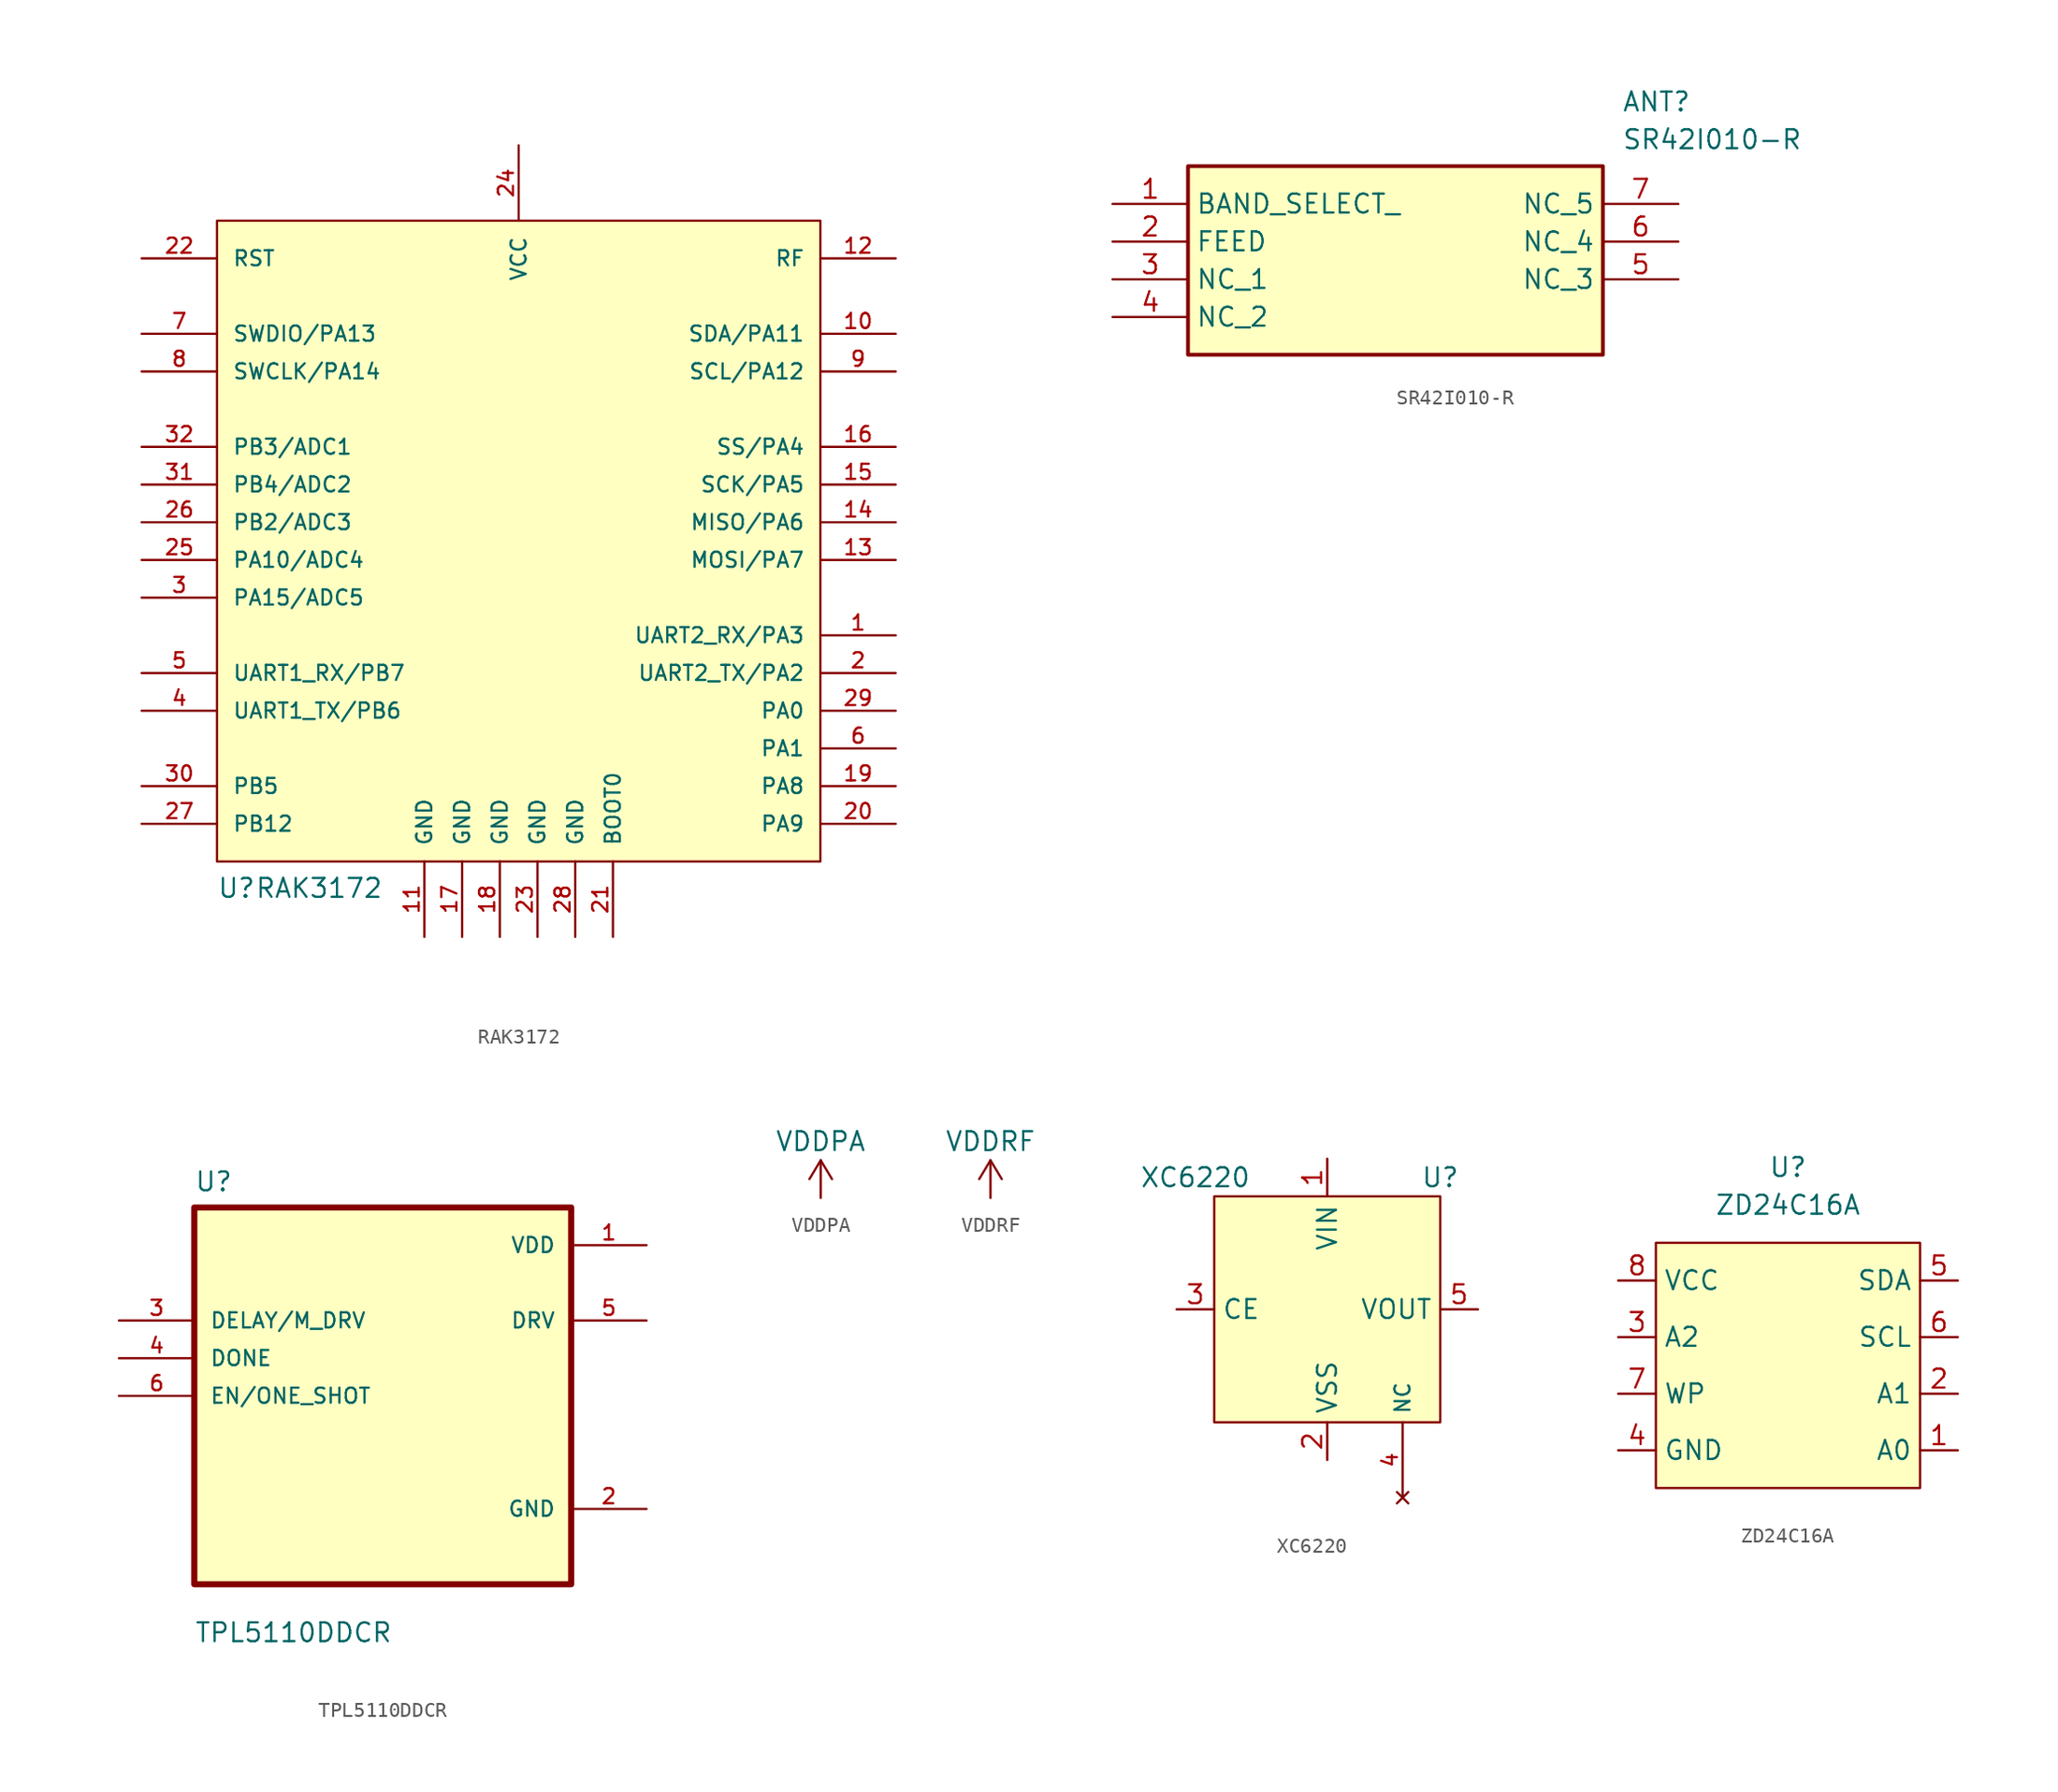
<source format=kicad_sym>
(kicad_symbol_lib
  (version 20220914)
  (generator kicad_symbol_editor)
  (symbol "RAK3172"
    (pin_names
      (offset 1.016))
    (property "Reference" "U"
      (at -20.32 -24.13 0)
      (effects (font (size 1.27 1.27)) (justify left bottom)))
    (property "Value" "RAK3172"
      (at -17.78 -24.13 0)
      (effects (font (size 1.27 1.27)) (justify left bottom)))
    (symbol "RAK3172_0_0"
      (rectangle (start -20.32 21.59) (end 20.32 -21.59) (stroke (width 0) (type default)) (fill (type background)))
      (pin bidirectional line (at 25.4 -6.35 180) (length 5.08) (name "UART2_RX/PA3" (effects (font (size 1.016 1.016)))) (number "1" (effects (font (size 1.016 1.016)))))
      (pin bidirectional line (at 25.4 13.97 180) (length 5.08) (name "SDA/PA11" (effects (font (size 1.016 1.016)))) (number "10" (effects (font (size 1.016 1.016)))))
      (pin output line (at -6.35 -26.67 90) (length 5.08) (name "GND" (effects (font (size 1.016 1.016)))) (number "11" (effects (font (size 1.016 1.016)))))
      (pin output line (at 25.4 19.05 180) (length 5.08) (name "RF" (effects (font (size 1.016 1.016)))) (number "12" (effects (font (size 1.016 1.016)))))
      (pin bidirectional line (at 25.4 -1.27 180) (length 5.08) (name "MOSI/PA7" (effects (font (size 1.016 1.016)))) (number "13" (effects (font (size 1.016 1.016)))))
      (pin bidirectional line (at 25.4 1.27 180) (length 5.08) (name "MISO/PA6" (effects (font (size 1.016 1.016)))) (number "14" (effects (font (size 1.016 1.016)))))
      (pin bidirectional line (at 25.4 3.81 180) (length 5.08) (name "SCK/PA5" (effects (font (size 1.016 1.016)))) (number "15" (effects (font (size 1.016 1.016)))))
      (pin bidirectional line (at 25.4 6.35 180) (length 5.08) (name "SS/PA4" (effects (font (size 1.016 1.016)))) (number "16" (effects (font (size 1.016 1.016)))))
      (pin output line (at -3.81 -26.67 90) (length 5.08) (name "GND" (effects (font (size 1.016 1.016)))) (number "17" (effects (font (size 1.016 1.016)))))
      (pin output line (at -1.27 -26.67 90) (length 5.08) (name "GND" (effects (font (size 1.016 1.016)))) (number "18" (effects (font (size 1.016 1.016)))))
      (pin bidirectional line (at 25.4 -16.51 180) (length 5.08) (name "PA8" (effects (font (size 1.016 1.016)))) (number "19" (effects (font (size 1.016 1.016)))))
      (pin bidirectional line (at 25.4 -8.89 180) (length 5.08) (name "UART2_TX/PA2" (effects (font (size 1.016 1.016)))) (number "2" (effects (font (size 1.016 1.016)))))
      (pin bidirectional line (at 25.4 -19.05 180) (length 5.08) (name "PA9" (effects (font (size 1.016 1.016)))) (number "20" (effects (font (size 1.016 1.016)))))
      (pin input line (at 6.35 -26.67 90) (length 5.08) (name "BOOT0" (effects (font (size 1.016 1.016)))) (number "21" (effects (font (size 1.016 1.016)))))
      (pin input line (at -25.4 19.05 0) (length 5.08) (name "RST" (effects (font (size 1.016 1.016)))) (number "22" (effects (font (size 1.016 1.016)))))
      (pin output line (at 1.27 -26.67 90) (length 5.08) (name "GND" (effects (font (size 1.016 1.016)))) (number "23" (effects (font (size 1.016 1.016)))))
      (pin power_in line (at 0 26.67 270) (length 5.08) (name "VCC" (effects (font (size 1.016 1.016)))) (number "24" (effects (font (size 1.016 1.016)))))
      (pin bidirectional line (at -25.4 -1.27 0) (length 5.08) (name "PA10/ADC4" (effects (font (size 1.016 1.016)))) (number "25" (effects (font (size 1.016 1.016)))))
      (pin bidirectional line (at -25.4 1.27 0) (length 5.08) (name "PB2/ADC3" (effects (font (size 1.016 1.016)))) (number "26" (effects (font (size 1.016 1.016)))))
      (pin bidirectional line (at -25.4 -19.05 0) (length 5.08) (name "PB12" (effects (font (size 1.016 1.016)))) (number "27" (effects (font (size 1.016 1.016)))))
      (pin output line (at 3.81 -26.67 90) (length 5.08) (name "GND" (effects (font (size 1.016 1.016)))) (number "28" (effects (font (size 1.016 1.016)))))
      (pin bidirectional line (at 25.4 -11.43 180) (length 5.08) (name "PA0" (effects (font (size 1.016 1.016)))) (number "29" (effects (font (size 1.016 1.016)))))
      (pin bidirectional line (at -25.4 -3.81 0) (length 5.08) (name "PA15/ADC5" (effects (font (size 1.016 1.016)))) (number "3" (effects (font (size 1.016 1.016)))))
      (pin bidirectional line (at -25.4 -16.51 0) (length 5.08) (name "PB5" (effects (font (size 1.016 1.016)))) (number "30" (effects (font (size 1.016 1.016)))))
      (pin bidirectional line (at -25.4 3.81 0) (length 5.08) (name "PB4/ADC2" (effects (font (size 1.016 1.016)))) (number "31" (effects (font (size 1.016 1.016)))))
      (pin bidirectional line (at -25.4 6.35 0) (length 5.08) (name "PB3/ADC1" (effects (font (size 1.016 1.016)))) (number "32" (effects (font (size 1.016 1.016)))))
      (pin bidirectional line (at -25.4 -11.43 0) (length 5.08) (name "UART1_TX/PB6" (effects (font (size 1.016 1.016)))) (number "4" (effects (font (size 1.016 1.016)))))
      (pin bidirectional line (at -25.4 -8.89 0) (length 5.08) (name "UART1_RX/PB7" (effects (font (size 1.016 1.016)))) (number "5" (effects (font (size 1.016 1.016)))))
      (pin bidirectional line (at 25.4 -13.97 180) (length 5.08) (name "PA1" (effects (font (size 1.016 1.016)))) (number "6" (effects (font (size 1.016 1.016)))))
      (pin bidirectional line (at -25.4 13.97 0) (length 5.08) (name "SWDIO/PA13" (effects (font (size 1.016 1.016)))) (number "7" (effects (font (size 1.016 1.016)))))
      (pin bidirectional line (at -25.4 11.43 0) (length 5.08) (name "SWCLK/PA14" (effects (font (size 1.016 1.016)))) (number "8" (effects (font (size 1.016 1.016)))))
      (pin bidirectional line (at 25.4 11.43 180) (length 5.08) (name "SCL/PA12" (effects (font (size 1.016 1.016)))) (number "9" (effects (font (size 1.016 1.016)))))))
  (symbol "SR42I010-R"
    (property "Reference" "ANT"
      (at 34.29 7.62 0)
      (effects (font (size 1.27 1.27)) (justify left top)))
    (property "Value" "SR42I010-R"
      (at 34.29 5.08 0)
      (effects (font (size 1.27 1.27)) (justify left top)))
    (symbol "SR42I010-R_1_1"
      (rectangle (start 5.08 2.54) (end 33.02 -10.16) (stroke (width 0.254) (type default)) (fill (type background)))
      (pin passive line (at 0 0 0) (length 5.08) (name "BAND_SELECT_" (effects (font (size 1.27 1.27)))) (number "1" (effects (font (size 1.27 1.27)))))
      (pin passive line (at 0 -2.54 0) (length 5.08) (name "FEED" (effects (font (size 1.27 1.27)))) (number "2" (effects (font (size 1.27 1.27)))))
      (pin passive line (at 0 -5.08 0) (length 5.08) (name "NC_1" (effects (font (size 1.27 1.27)))) (number "3" (effects (font (size 1.27 1.27)))))
      (pin passive line (at 0 -7.62 0) (length 5.08) (name "NC_2" (effects (font (size 1.27 1.27)))) (number "4" (effects (font (size 1.27 1.27)))))
      (pin passive line (at 38.1 -5.08 180) (length 5.08) (name "NC_3" (effects (font (size 1.27 1.27)))) (number "5" (effects (font (size 1.27 1.27)))))
      (pin passive line (at 38.1 -2.54 180) (length 5.08) (name "NC_4" (effects (font (size 1.27 1.27)))) (number "6" (effects (font (size 1.27 1.27)))))
      (pin passive line (at 38.1 0 180) (length 5.08) (name "NC_5" (effects (font (size 1.27 1.27)))) (number "7" (effects (font (size 1.27 1.27)))))))
  (symbol "TPL5110DDCR"
    (pin_names
      (offset 1.016))
    (property "Reference" "U"
      (at -12.7 13.7 0)
      (effects (font (size 1.27 1.27)) (justify left bottom)))
    (property "Value" "TPL5110DDCR"
      (at -12.7 -16.7 0)
      (effects (font (size 1.27 1.27)) (justify left bottom)))
    (symbol "TPL5110DDCR_0_0"
      (rectangle (start -12.7 -12.7) (end 12.7 12.7) (stroke (width 0.41) (type default)) (fill (type background)))
      (pin power_in line (at 17.78 10.16 180) (length 5.08) (name "VDD" (effects (font (size 1.016 1.016)))) (number "1" (effects (font (size 1.016 1.016)))))
      (pin power_in line (at 17.78 -7.62 180) (length 5.08) (name "GND" (effects (font (size 1.016 1.016)))) (number "2" (effects (font (size 1.016 1.016)))))
      (pin input line (at -17.78 5.08 0) (length 5.08) (name "DELAY/M_DRV" (effects (font (size 1.016 1.016)))) (number "3" (effects (font (size 1.016 1.016)))))
      (pin input line (at -17.78 2.54 0) (length 5.08) (name "DONE" (effects (font (size 1.016 1.016)))) (number "4" (effects (font (size 1.016 1.016)))))
      (pin output line (at 17.78 5.08 180) (length 5.08) (name "DRV" (effects (font (size 1.016 1.016)))) (number "5" (effects (font (size 1.016 1.016)))))
      (pin input line (at -17.78 0 0) (length 5.08) (name "EN/ONE_SHOT" (effects (font (size 1.016 1.016)))) (number "6" (effects (font (size 1.016 1.016)))))))
  (symbol "VDDPA"
    (power)
    (pin_names
      (offset 0))
    (property "Reference" "#PWR"
      (at 0 -3.81 0)
      (effects (font (size 1.27 1.27)) hide))
    (property "Value" "VDDPA"
      (at 0 3.81 0)
      (effects (font (size 1.27 1.27))))
    (symbol "VDDPA_0_1"
      (polyline (pts (xy -0.762 1.27) (xy 0 2.54)) (stroke (width 0) (type default)) (fill (type none)))
      (polyline (pts (xy 0 0) (xy 0 2.54)) (stroke (width 0) (type default)) (fill (type none)))
      (polyline (pts (xy 0 2.54) (xy 0.762 1.27)) (stroke (width 0) (type default)) (fill (type none))))
    (symbol "VDDPA_1_1"
      (pin power_in line (at 0 0 90) (length 0) hide (name "VDDA" (effects (font (size 1.27 1.27)))) (number "1" (effects (font (size 1.27 1.27)))))))
  (symbol "VDDRF"
    (power)
    (pin_names
      (offset 0))
    (property "Reference" "#PWR"
      (at 0 -3.81 0)
      (effects (font (size 1.27 1.27)) hide))
    (property "Value" "VDDRF"
      (at 0 3.81 0)
      (effects (font (size 1.27 1.27))))
    (symbol "VDDRF_0_1"
      (polyline (pts (xy -0.762 1.27) (xy 0 2.54)) (stroke (width 0) (type default)) (fill (type none)))
      (polyline (pts (xy 0 0) (xy 0 2.54)) (stroke (width 0) (type default)) (fill (type none)))
      (polyline (pts (xy 0 2.54) (xy 0.762 1.27)) (stroke (width 0) (type default)) (fill (type none))))
    (symbol "VDDRF_1_1"
      (pin power_in line (at 0 0 90) (length 0) hide (name "VDDA" (effects (font (size 1.27 1.27)))) (number "1" (effects (font (size 1.27 1.27)))))))
  (symbol "XC6220"
    (property "Reference" "U"
      (at 7.62 1.27 0)
      (effects (font (size 1.27 1.27))))
    (property "Value" "XC6220"
      (at -8.89 1.27 0)
      (effects (font (size 1.27 1.27))))
    (symbol "XC6220_0_0"
      (pin no_connect line (at 5.08 -20.32 90) (length 5.08) (name "NC" (effects (font (size 1.016 1.016)))) (number "4" (effects (font (size 1.016 1.016))))))
    (symbol "XC6220_0_1"
      (rectangle (start -7.62 0) (end 7.62 -15.24) (stroke (width 0) (type default)) (fill (type background))))
    (symbol "XC6220_1_1"
      (pin power_in line (at 0 2.54 270) (length 2.54) (name "VIN" (effects (font (size 1.27 1.27)))) (number "1" (effects (font (size 1.27 1.27)))))
      (pin power_in line (at 0 -17.78 90) (length 2.54) (name "VSS" (effects (font (size 1.27 1.27)))) (number "2" (effects (font (size 1.27 1.27)))))
      (pin input line (at -10.16 -7.62 0) (length 2.54) (name "CE" (effects (font (size 1.27 1.27)))) (number "3" (effects (font (size 1.27 1.27)))))
      (pin power_out line (at 10.16 -7.62 180) (length 2.54) (name "VOUT" (effects (font (size 1.27 1.27)))) (number "5" (effects (font (size 1.27 1.27)))))))
  (symbol "ZD24C16A"
    (property "Reference" "U"
      (at 0 11.43 0)
      (effects (font (size 1.27 1.27))))
    (property "Value" "ZD24C16A"
      (at 0 8.89 0)
      (effects (font (size 1.27 1.27))))
    (symbol "ZD24C16A_0_1"
      (rectangle (start -8.89 6.35) (end 8.89 -10.16) (stroke (width 0) (type default)) (fill (type background))))
    (symbol "ZD24C16A_1_1"
      (pin input line (at 11.43 -7.62 180) (length 2.54) (name "A0" (effects (font (size 1.27 1.27)))) (number "1" (effects (font (size 1.27 1.27)))))
      (pin input line (at 11.43 -3.81 180) (length 2.54) (name "A1" (effects (font (size 1.27 1.27)))) (number "2" (effects (font (size 1.27 1.27)))))
      (pin input line (at -11.43 0 0) (length 2.54) (name "A2" (effects (font (size 1.27 1.27)))) (number "3" (effects (font (size 1.27 1.27)))))
      (pin power_in line (at -11.43 -7.62 0) (length 2.54) (name "GND" (effects (font (size 1.27 1.27)))) (number "4" (effects (font (size 1.27 1.27)))))
      (pin bidirectional line (at 11.43 3.81 180) (length 2.54) (name "SDA" (effects (font (size 1.27 1.27)))) (number "5" (effects (font (size 1.27 1.27)))))
      (pin bidirectional line (at 11.43 0 180) (length 2.54) (name "SCL" (effects (font (size 1.27 1.27)))) (number "6" (effects (font (size 1.27 1.27)))))
      (pin input line (at -11.43 -3.81 0) (length 2.54) (name "WP" (effects (font (size 1.27 1.27)))) (number "7" (effects (font (size 1.27 1.27)))))
      (pin power_in line (at -11.43 3.81 0) (length 2.54) (name "VCC" (effects (font (size 1.27 1.27)))) (number "8" (effects (font (size 1.27 1.27))))))))
</source>
